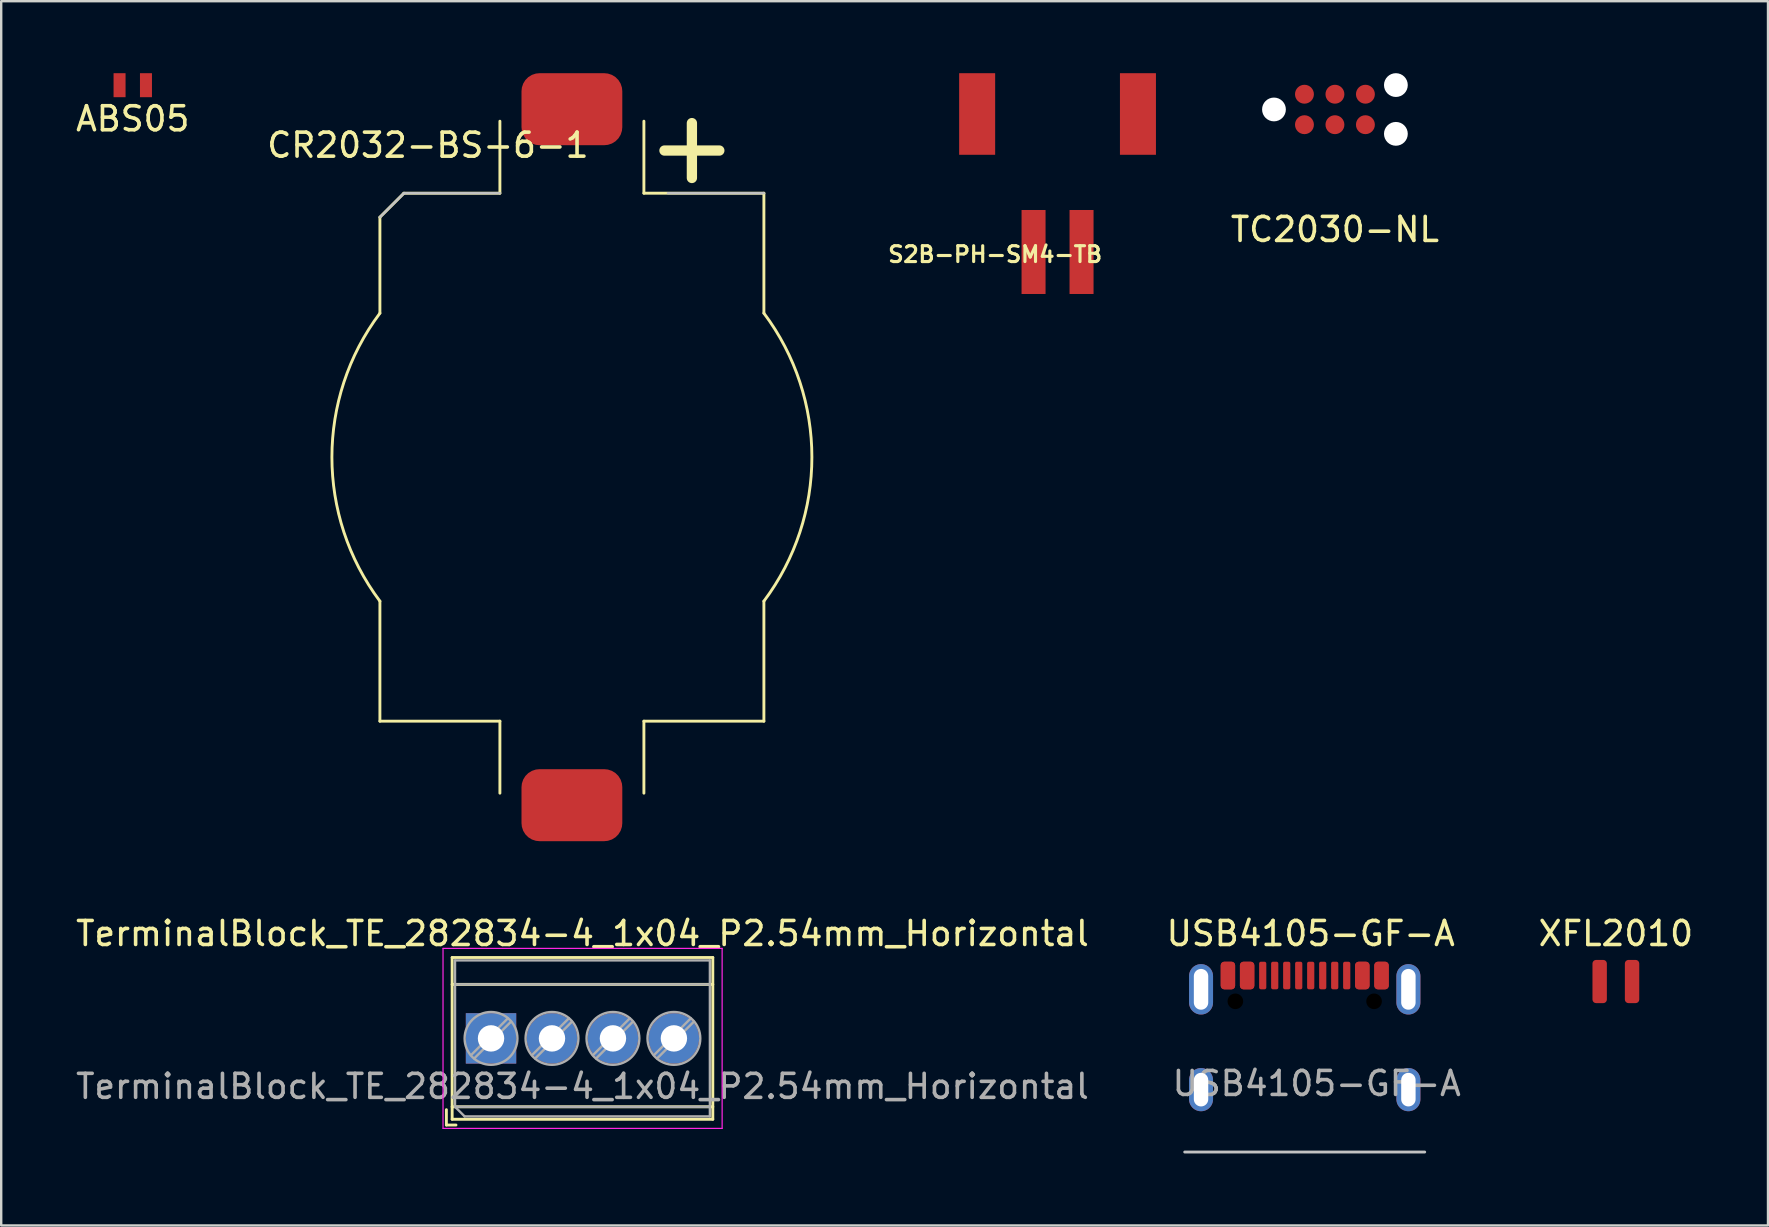
<source format=kicad_pcb>
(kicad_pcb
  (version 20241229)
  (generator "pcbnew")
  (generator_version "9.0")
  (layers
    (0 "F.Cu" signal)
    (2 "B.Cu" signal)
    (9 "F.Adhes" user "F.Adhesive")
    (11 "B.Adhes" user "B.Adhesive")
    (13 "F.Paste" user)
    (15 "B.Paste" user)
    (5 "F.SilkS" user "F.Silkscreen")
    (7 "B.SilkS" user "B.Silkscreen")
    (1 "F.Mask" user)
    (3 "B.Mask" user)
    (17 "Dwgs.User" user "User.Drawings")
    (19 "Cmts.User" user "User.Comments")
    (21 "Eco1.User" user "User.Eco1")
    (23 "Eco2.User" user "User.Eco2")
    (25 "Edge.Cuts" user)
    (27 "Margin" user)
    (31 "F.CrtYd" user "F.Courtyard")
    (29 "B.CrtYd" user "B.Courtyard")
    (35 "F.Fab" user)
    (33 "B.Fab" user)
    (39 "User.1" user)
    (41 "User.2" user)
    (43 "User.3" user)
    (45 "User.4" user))
  (footprint "ABS05"
    (layer "F.Cu")
    (at 2.482 0.5)
    (property "Reference" "ABS05" (at 0 1.4 0) (layer "F.SilkS") (effects (font (size 1 1) (thickness 0.15))))
    (attr through_hole)
    (pad "1" smd rect (at -0.55 0) (size 0.5 1) (layers "F.Cu" "F.Mask" "F.Paste"))
    (pad "2" smd rect (at 0.55 0) (size 0.5 1) (layers "F.Cu" "F.Mask" "F.Paste")))
  (footprint "XFL2010"
    (layer "F.Cu")
    (at 64.28 37.848)
    (property "Reference" "XFL2010" (at 0 -2 0) (unlocked yes) (layer "F.SilkS") (effects (font (size 1 1) (thickness 0.15))))
    (attr smd)
    (pad "1" smd roundrect (at -0.675 0) (size 0.6 1.8) (layers "F.Cu" "F.Mask" "F.Paste") (roundrect_rratio 0.25))
    (pad "2" smd roundrect (at 0.675 0) (size 0.6 1.8) (layers "F.Cu" "F.Mask" "F.Paste") (roundrect_rratio 0.25)))
  (footprint "TerminalBlock_TE_282834-4_1x04_P2.54mm_Horizontal"
    (layer "F.Cu")
    (at 17.41 40.218)
    (property "Reference" "TerminalBlock_TE_282834-4_1x04_P2.54mm_Horizontal" (at 3.81 -4.37 0) (layer "F.SilkS") (effects (font (size 1 1) (thickness 0.15))))
    (attr through_hole)
    (fp_line (start -1.86 2.97) (end -1.86 3.61) (stroke (width 0.12) (type solid)) (layer "F.SilkS"))
    (fp_line (start -1.86 3.61) (end -1.46 3.61) (stroke (width 0.12) (type solid)) (layer "F.SilkS"))
    (fp_line (start -1.62 -3.37) (end -1.62 3.37) (stroke (width 0.12) (type solid)) (layer "F.SilkS"))
    (fp_line (start -1.62 -3.37) (end 9.241 -3.37) (stroke (width 0.12) (type solid)) (layer "F.SilkS"))
    (fp_line (start -1.62 -2.25) (end 9.241 -2.25) (stroke (width 0.12) (type solid)) (layer "F.SilkS"))
    (fp_line (start -1.62 2.85) (end 9.241 2.85) (stroke (width 0.12) (type solid)) (layer "F.SilkS"))
    (fp_line (start -1.62 3.37) (end 9.241 3.37) (stroke (width 0.12) (type solid)) (layer "F.SilkS"))
    (fp_line (start 9.241 -3.37) (end 9.241 3.37) (stroke (width 0.12) (type solid)) (layer "F.SilkS"))
    (fp_line (start -2 -3.75) (end -2 3.75) (stroke (width 0.05) (type solid)) (layer "F.CrtYd"))
    (fp_line (start -2 3.75) (end 9.63 3.75) (stroke (width 0.05) (type solid)) (layer "F.CrtYd"))
    (fp_line (start 9.63 -3.75) (end -2 -3.75) (stroke (width 0.05) (type solid)) (layer "F.CrtYd"))
    (fp_line (start 9.63 3.75) (end 9.63 -3.75) (stroke (width 0.05) (type solid)) (layer "F.CrtYd"))
    (fp_line (start -1.5 -3.25) (end 9.12 -3.25) (stroke (width 0.1) (type solid)) (layer "F.Fab"))
    (fp_line (start -1.5 -2.25) (end 9.12 -2.25) (stroke (width 0.1) (type solid)) (layer "F.Fab"))
    (fp_line (start -1.5 2.85) (end -1.5 -3.25) (stroke (width 0.1) (type solid)) (layer "F.Fab"))
    (fp_line (start -1.5 2.85) (end 9.12 2.85) (stroke (width 0.1) (type solid)) (layer "F.Fab"))
    (fp_line (start -1.1 3.25) (end -1.5 2.85) (stroke (width 0.1) (type solid)) (layer "F.Fab"))
    (fp_line (start 0.701 -0.835) (end -0.835 0.7) (stroke (width 0.1) (type solid)) (layer "F.Fab"))
    (fp_line (start 0.835 -0.7) (end -0.701 0.835) (stroke (width 0.1) (type solid)) (layer "F.Fab"))
    (fp_line (start 3.241 -0.835) (end 1.706 0.7) (stroke (width 0.1) (type solid)) (layer "F.Fab"))
    (fp_line (start 3.375 -0.7) (end 1.84 0.835) (stroke (width 0.1) (type solid)) (layer "F.Fab"))
    (fp_line (start 5.781 -0.835) (end 4.246 0.7) (stroke (width 0.1) (type solid)) (layer "F.Fab"))
    (fp_line (start 5.915 -0.7) (end 4.38 0.835) (stroke (width 0.1) (type solid)) (layer "F.Fab"))
    (fp_line (start 8.321 -0.835) (end 6.786 0.7) (stroke (width 0.1) (type solid)) (layer "F.Fab"))
    (fp_line (start 8.455 -0.7) (end 6.92 0.835) (stroke (width 0.1) (type solid)) (layer "F.Fab"))
    (fp_line (start 9.12 -3.25) (end 9.12 3.25) (stroke (width 0.1) (type solid)) (layer "F.Fab"))
    (fp_line (start 9.12 3.25) (end -1.1 3.25) (stroke (width 0.1) (type solid)) (layer "F.Fab"))
    (fp_circle (center 0 0) (end 1.1 0) (stroke (width 0.1) (type solid)) (fill no) (layer "F.Fab"))
    (fp_circle (center 2.54 0) (end 3.64 0) (stroke (width 0.1) (type solid)) (fill no) (layer "F.Fab"))
    (fp_circle (center 5.08 0) (end 6.18 0) (stroke (width 0.1) (type solid)) (fill no) (layer "F.Fab"))
    (fp_circle (center 7.62 0) (end 8.72 0) (stroke (width 0.1) (type solid)) (fill no) (layer "F.Fab"))
    (fp_text user "${REFERENCE}" (at 3.81 2 0) (layer "F.Fab") (effects (font (size 1 1) (thickness 0.15))))
    (pad "1" thru_hole rect (at 0 0) (size 2.1 2.1) (drill 1.1) (layers "*.Cu" "*.Mask"))
    (pad "2" thru_hole circle (at 2.54 0) (size 2.1 2.1) (drill 1.1) (layers "*.Cu" "*.Mask"))
    (pad "3" thru_hole circle (at 5.08 0) (size 2.1 2.1) (drill 1.1) (layers "*.Cu" "*.Mask"))
    (pad "4" thru_hole circle (at 7.62 0) (size 2.1 2.1) (drill 1.1) (layers "*.Cu" "*.Mask")))
  (footprint "TC2030-NL"
    (layer "F.Cu")
    (at 52.574 1.511)
    (property "Reference" "TC2030-NL" (at 0 5 0) (layer "F.SilkS") (effects (font (size 1 1) (thickness 0.15))))
    (attr through_hole)
    (pad "" np_thru_hole circle (at -2.54 0) (size 0.991 0.991) (drill 0.991) (layers "*.Cu" "*.Mask"))
    (pad "" np_thru_hole circle (at 2.54 -1.016) (size 0.991 0.991) (drill 0.991) (layers "*.Cu" "*.Mask"))
    (pad "" np_thru_hole circle (at 2.54 1.016) (size 0.991 0.991) (drill 0.991) (layers "*.Cu" "*.Mask"))
    (pad "1" smd circle (at -1.27 0.635) (size 0.787 0.787) (layers "F.Cu" "F.Mask"))
    (pad "2" smd circle (at -1.27 -0.635) (size 0.787 0.787) (layers "F.Cu" "F.Mask"))
    (pad "3" smd circle (at 0 0.635) (size 0.787 0.787) (layers "F.Cu" "F.Mask"))
    (pad "4" smd circle (at 0 -0.635) (size 0.787 0.787) (layers "F.Cu" "F.Mask"))
    (pad "5" smd circle (at 1.27 0.635) (size 0.787 0.787) (layers "F.Cu" "F.Mask"))
    (pad "6" smd circle (at 1.27 -0.635) (size 0.787 0.787) (layers "F.Cu" "F.Mask")))
  (footprint "CR2032-BS-6-1"
    (layer "F.Cu")
    (at 20.78 16)
    (property "Reference" "CR2032-BS-6-1" (at -6 -13 0) (unlocked yes) (layer "F.SilkS") (effects (font (size 1 1) (thickness 0.15))))
    (attr smd)
    (fp_line (start -8 -10) (end -7 -11) (stroke (width 0.12) (type solid)) (layer "F.SilkS"))
    (fp_line (start -8 -6) (end -8 -10) (stroke (width 0.12) (type solid)) (layer "F.SilkS"))
    (fp_line (start -8 6) (end -8 11) (stroke (width 0.12) (type solid)) (layer "F.SilkS"))
    (fp_line (start -8 11) (end -3 11) (stroke (width 0.12) (type solid)) (layer "F.SilkS"))
    (fp_line (start -7 -11) (end -3 -11) (stroke (width 0.12) (type solid)) (layer "F.SilkS"))
    (fp_line (start -3 -11) (end -3 -14) (stroke (width 0.12) (type solid)) (layer "F.SilkS"))
    (fp_line (start -3 11) (end -3 14) (stroke (width 0.12) (type solid)) (layer "F.SilkS"))
    (fp_line (start 3 -11) (end 3 -14) (stroke (width 0.12) (type solid)) (layer "F.SilkS"))
    (fp_line (start 3 -11) (end 8 -11) (stroke (width 0.12) (type solid)) (layer "F.SilkS"))
    (fp_line (start 3 11) (end 3 14) (stroke (width 0.12) (type solid)) (layer "F.SilkS"))
    (fp_line (start 8 -11) (end 8 -6) (stroke (width 0.12) (type solid)) (layer "F.SilkS"))
    (fp_line (start 8 6) (end 8 11) (stroke (width 0.12) (type solid)) (layer "F.SilkS"))
    (fp_line (start 8 11) (end 3 11) (stroke (width 0.12) (type solid)) (layer "F.SilkS"))
    (fp_arc (start -8 6) (mid -10 0) (end -8 -6) (stroke (width 0.12) (type solid)) (layer "F.SilkS"))
    (fp_arc (start 8 -6) (mid 10 0) (end 8 6) (stroke (width 0.12) (type solid)) (layer "F.SilkS"))
    (fp_line (start -8 -10) (end -7 -11) (stroke (width 0.1) (type solid)) (layer "Dwgs.User"))
    (fp_line (start -3 -11) (end -7 -11) (stroke (width 0.1) (type solid)) (layer "Dwgs.User"))
    (fp_line (start 8 -11) (end 4 -11) (stroke (width 0.1) (type solid)) (layer "Dwgs.User"))
    (fp_text user "+" (at 5 -13 0) (unlocked yes) (layer "F.SilkS") (effects (font (size 3 3) (thickness 0.429))))
    (pad "1" smd roundrect (at 0 -14.5) (size 4.2 3) (layers "F.Cu" "F.Mask" "F.Paste") (roundrect_rratio 0.25))
    (pad "2" smd roundrect (at 0 14.5) (size 4.2 3) (layers "F.Cu" "F.Mask" "F.Paste") (roundrect_rratio 0.25)))
  (footprint "USB4105-GF-A"
    (layer "F.Cu")
    (at 51.315 37.598)
    (property "Reference" "USB4105-GF-A" (at 0.25 -1.75 0) (unlocked yes) (layer "F.SilkS") (effects (font (size 1 1) (thickness 0.15))))
    (attr smd)
    (fp_line (start 5 7.355) (end -5 7.355) (stroke (width 0.12) (type solid)) (layer "Dwgs.User"))
    (fp_text user "${REFERENCE}" (at 0.5 4.5 0) (unlocked yes) (layer "F.Fab") (effects (font (size 1 1) (thickness 0.15))))
    (pad "" np_thru_hole circle (at -2.89 1.075) (size 0.65 0.65) (drill 0.65) (layers "*.Mask"))
    (pad "" np_thru_hole circle (at 2.89 1.075) (size 0.65 0.65) (drill 0.65) (layers "*.Mask"))
    (pad "0" thru_hole oval (at -4.32 0.575) (size 1 2.1) (drill oval 0.6 1.7) (layers "*.Cu" "*.Mask"))
    (pad "0" thru_hole oval (at -4.32 4.755) (size 1 1.8) (drill oval 0.6 1.4) (layers "*.Cu" "*.Mask"))
    (pad "0" thru_hole oval (at 4.32 0.575) (size 1 2.1) (drill oval 0.6 1.7) (layers "*.Cu" "*.Mask"))
    (pad "0" thru_hole oval (at 4.32 4.755) (size 1 1.8) (drill oval 0.6 1.4) (layers "*.Cu" "*.Mask"))
    (pad "A1" smd roundrect (at -3.2 0) (size 0.6 1.15) (layers "F.Cu" "F.Mask" "F.Paste") (roundrect_rratio 0.25))
    (pad "A4" smd roundrect (at -2.4 0) (size 0.6 1.15) (layers "F.Cu" "F.Mask" "F.Paste") (roundrect_rratio 0.25))
    (pad "A5" smd roundrect (at -1.25 0) (size 0.3 1.15) (layers "F.Cu" "F.Mask" "F.Paste") (roundrect_rratio 0.25))
    (pad "A6" smd roundrect (at -0.25 0) (size 0.3 1.15) (layers "F.Cu" "F.Mask" "F.Paste") (roundrect_rratio 0.25))
    (pad "A7" smd roundrect (at 0.25 0) (size 0.3 1.15) (layers "F.Cu" "F.Mask" "F.Paste") (roundrect_rratio 0.25))
    (pad "A8" smd roundrect (at 1.25 0) (size 0.3 1.15) (layers "F.Cu" "F.Mask" "F.Paste") (roundrect_rratio 0.25))
    (pad "A9" smd roundrect (at 2.4 0) (size 0.6 1.15) (layers "F.Cu" "F.Mask" "F.Paste") (roundrect_rratio 0.25))
    (pad "A12" smd roundrect (at 3.2 0) (size 0.6 1.15) (layers "F.Cu" "F.Mask" "F.Paste") (roundrect_rratio 0.25))
    (pad "B1" smd roundrect (at 3.2 0) (size 0.6 1.15) (layers "F.Cu" "F.Mask" "F.Paste") (roundrect_rratio 0.25))
    (pad "B4" smd roundrect (at 2.4 0) (size 0.6 1.15) (layers "F.Cu" "F.Mask" "F.Paste") (roundrect_rratio 0.25))
    (pad "B5" smd roundrect (at 1.75 0) (size 0.3 1.15) (layers "F.Cu" "F.Mask" "F.Paste") (roundrect_rratio 0.25))
    (pad "B6" smd roundrect (at 0.75 0) (size 0.3 1.15) (layers "F.Cu" "F.Mask" "F.Paste") (roundrect_rratio 0.25))
    (pad "B7" smd roundrect (at -0.75 0) (size 0.3 1.15) (layers "F.Cu" "F.Mask" "F.Paste") (roundrect_rratio 0.25))
    (pad "B8" smd roundrect (at -1.75 0) (size 0.3 1.15) (layers "F.Cu" "F.Mask" "F.Paste") (roundrect_rratio 0.25))
    (pad "B9" smd roundrect (at -2.4 0) (size 0.6 1.15) (layers "F.Cu" "F.Mask" "F.Paste") (roundrect_rratio 0.25))
    (pad "B12" smd roundrect (at -3.2 0) (size 0.6 1.15) (layers "F.Cu" "F.Mask" "F.Paste") (roundrect_rratio 0.25)))
  (footprint "S2B-PH-SM4-TB"
    (layer "F.Cu")
    (at 41.016 7.45)
    (property "Reference" "S2B-PH-SM4-TB" (at -2.6 0.1 180) (layer "F.SilkS") (effects (font (size 0.66 0.66) (thickness 0.13))))
    (attr through_hole)
    (pad "" smd rect (at -3.35 -5.75) (size 1.5 3.4) (layers "F.Cu" "F.Mask" "F.Paste"))
    (pad "" smd rect (at 3.35 -5.75) (size 1.5 3.4) (layers "F.Cu" "F.Mask" "F.Paste"))
    (pad "1" smd rect (at 1 0) (size 1 3.5) (layers "F.Cu" "F.Mask" "F.Paste"))
    (pad "2" smd rect (at -1 0) (size 1 3.5) (layers "F.Cu" "F.Mask" "F.Paste")))
  (gr_rect
    (start -3 -3)
    (end 70.619 48.013)
    (stroke (width 0.1) (type default))
    (fill no)
    (layer "Edge.Cuts")))
</source>
